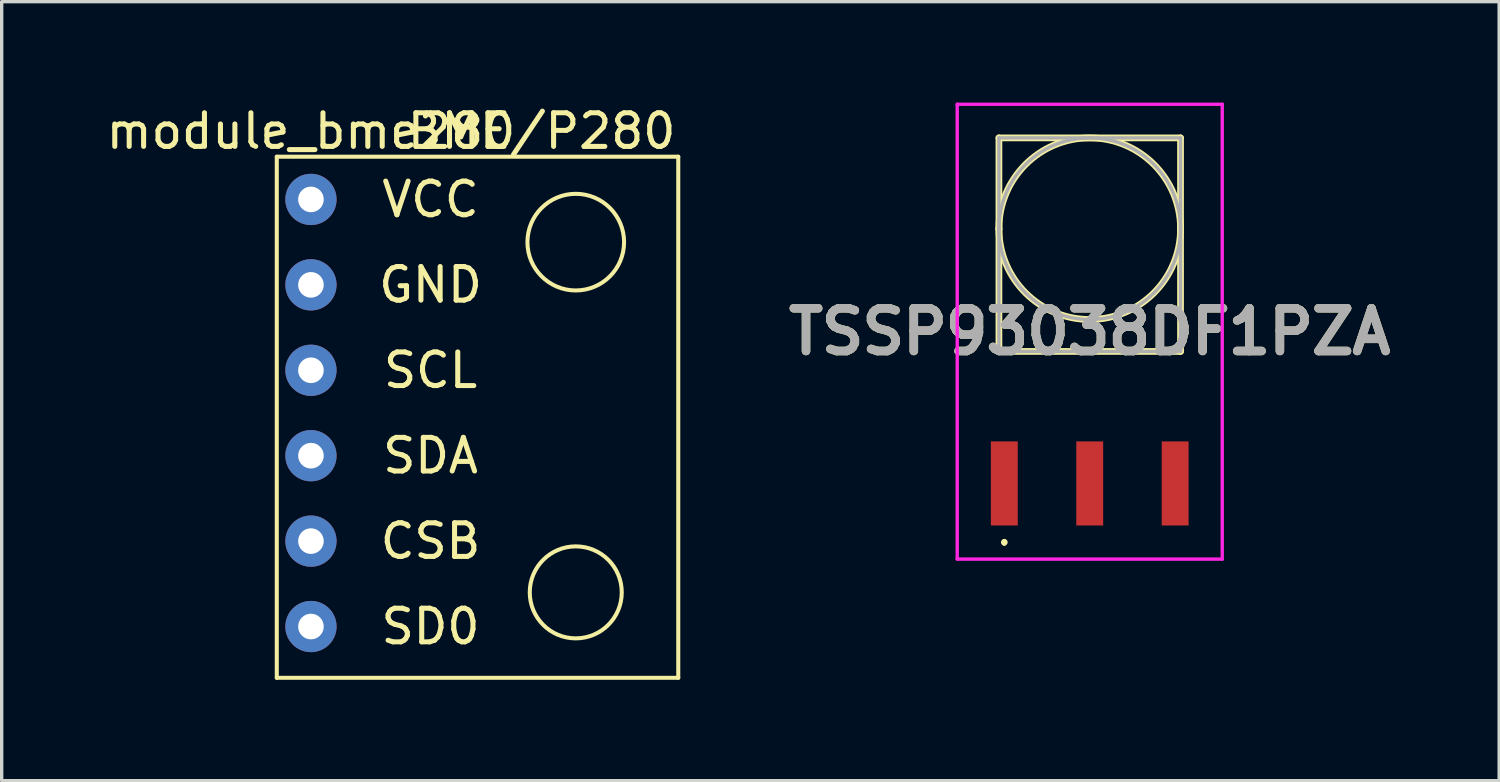
<source format=kicad_pcb>
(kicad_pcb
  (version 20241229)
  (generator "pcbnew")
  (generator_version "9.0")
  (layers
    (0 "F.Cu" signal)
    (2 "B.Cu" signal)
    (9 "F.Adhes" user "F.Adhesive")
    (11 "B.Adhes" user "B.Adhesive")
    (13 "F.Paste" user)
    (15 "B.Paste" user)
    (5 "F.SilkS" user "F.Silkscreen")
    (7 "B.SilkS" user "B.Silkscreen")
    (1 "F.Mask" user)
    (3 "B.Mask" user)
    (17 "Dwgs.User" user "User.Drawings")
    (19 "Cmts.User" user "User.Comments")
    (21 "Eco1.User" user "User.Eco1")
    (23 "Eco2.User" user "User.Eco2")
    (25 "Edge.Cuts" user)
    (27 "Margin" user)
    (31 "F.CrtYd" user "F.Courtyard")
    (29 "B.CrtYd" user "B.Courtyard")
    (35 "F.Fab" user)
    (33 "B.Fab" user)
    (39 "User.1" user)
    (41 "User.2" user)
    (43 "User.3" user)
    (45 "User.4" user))
  (footprint "module_bme280"
    (layer "F.Cu")
    (at 11.276 15.326)
    (property "Reference" "module_bme280" (at -5.08 -14.478 0) (layer "F.SilkS") (effects (font (size 1 1) (thickness 0.15))))
    (attr through_hole)
    (fp_line (start -6.096 -13.716) (end -6.096 1.778) (stroke (width 0.12) (type solid)) (layer "F.SilkS"))
    (fp_line (start -6.096 1.778) (end 5.842 1.778) (stroke (width 0.12) (type solid)) (layer "F.SilkS"))
    (fp_line (start 5.842 -13.716) (end -6.096 -13.716) (stroke (width 0.12) (type solid)) (layer "F.SilkS"))
    (fp_line (start 5.842 1.778) (end 5.842 -13.716) (stroke (width 0.12) (type solid)) (layer "F.SilkS"))
    (fp_circle (center 2.794 -11.176) (end 3.81 -10.16) (stroke (width 0.12) (type solid)) (fill no) (layer "F.SilkS"))
    (fp_circle (center 2.794 -0.762) (end 3.302 0.508) (stroke (width 0.12) (type solid)) (fill no) (layer "F.SilkS"))
    (fp_text user "SDA" (at -1.524 -4.826 0) (layer "F.SilkS") (effects (font (size 1 1) (thickness 0.15))))
    (fp_text user "GND" (at -1.524 -9.906 0) (layer "F.SilkS") (effects (font (size 1 1) (thickness 0.15))))
    (fp_text user "SD0" (at -1.524 0.254 0) (layer "F.SilkS") (effects (font (size 1 1) (thickness 0.15))))
    (fp_text user "BME/P280" (at 1.778 -14.478 0) (layer "F.SilkS") (effects (font (size 1 1) (thickness 0.15))))
    (fp_text user "SCL" (at -1.524 -7.366 0) (layer "F.SilkS") (effects (font (size 1 1) (thickness 0.15))))
    (fp_text user "VCC" (at -1.524 -12.446 0) (layer "F.SilkS") (effects (font (size 1 1) (thickness 0.15))))
    (fp_text user "CSB" (at -1.524 -2.286 0) (layer "F.SilkS") (effects (font (size 1 1) (thickness 0.15))))
    (pad "1" thru_hole circle (at -5.08 -12.446) (size 1.524 1.524) (drill 0.762) (layers "*.Cu" "*.Mask"))
    (pad "2" thru_hole circle (at -5.08 -9.906) (size 1.524 1.524) (drill 0.762) (layers "*.Cu" "*.Mask"))
    (pad "3" thru_hole circle (at -5.08 -7.366) (size 1.524 1.524) (drill 0.762) (layers "*.Cu" "*.Mask"))
    (pad "4" thru_hole circle (at -5.08 -4.826) (size 1.524 1.524) (drill 0.762) (layers "*.Cu" "*.Mask"))
    (pad "5" thru_hole circle (at -5.08 -2.286) (size 1.524 1.524) (drill 0.762) (layers "*.Cu" "*.Mask"))
    (pad "6" thru_hole circle (at -5.08 0.254) (size 1.524 1.524) (drill 0.762) (layers "*.Cu" "*.Mask")))
  (footprint "TSSP93038DF1PZA"
    (layer "F.Cu")
    (at 29.353 4.225)
    (property "Reference" "TSSP93038DF1PZA" (at 0 2.587 0) (layer "F.SilkS") (effects (font (size 1.27 1.27) (thickness 0.254))))
    (attr smd)
    (fp_line (start -2.7 -3.175) (end 2.7 -3.175) (stroke (width 0.2) (type solid)) (layer "F.SilkS"))
    (fp_line (start -2.7 -0.475) (end -2.7 -0.475) (stroke (width 0.2) (type solid)) (layer "F.SilkS"))
    (fp_line (start -2.7 3.175) (end -2.7 -3.175) (stroke (width 0.2) (type solid)) (layer "F.SilkS"))
    (fp_line (start -2.54 8.8) (end -2.54 8.8) (stroke (width 0.1) (type solid)) (layer "F.SilkS"))
    (fp_line (start -2.54 8.9) (end -2.54 8.9) (stroke (width 0.1) (type solid)) (layer "F.SilkS"))
    (fp_line (start 2.7 -3.175) (end 2.7 3.175) (stroke (width 0.2) (type solid)) (layer "F.SilkS"))
    (fp_line (start 2.7 -0.475) (end 2.7 -0.475) (stroke (width 0.2) (type solid)) (layer "F.SilkS"))
    (fp_line (start 2.7 3.175) (end -2.7 3.175) (stroke (width 0.2) (type solid)) (layer "F.SilkS"))
    (fp_arc (start -2.7 -0.475) (mid 0 -3.175) (end 2.7 -0.475) (stroke (width 0.2) (type solid)) (layer "F.SilkS"))
    (fp_arc (start -2.54 8.8) (mid -2.49 8.85) (end -2.54 8.9) (stroke (width 0.1) (type solid)) (layer "F.SilkS"))
    (fp_arc (start -2.54 8.9) (mid -2.59 8.85) (end -2.54 8.8) (stroke (width 0.1) (type solid)) (layer "F.SilkS"))
    (fp_arc (start 2.7 -0.475) (mid 0 2.225) (end -2.7 -0.475) (stroke (width 0.2) (type solid)) (layer "F.SilkS"))
    (fp_line (start -3.94 -4.175) (end 3.94 -4.175) (stroke (width 0.1) (type solid)) (layer "F.CrtYd"))
    (fp_line (start -3.94 9.35) (end -3.94 -4.175) (stroke (width 0.1) (type solid)) (layer "F.CrtYd"))
    (fp_line (start 3.94 -4.175) (end 3.94 9.35) (stroke (width 0.1) (type solid)) (layer "F.CrtYd"))
    (fp_line (start 3.94 9.35) (end -3.94 9.35) (stroke (width 0.1) (type solid)) (layer "F.CrtYd"))
    (fp_line (start -2.7 -3.175) (end 2.7 -3.175) (stroke (width 0.1) (type solid)) (layer "F.Fab"))
    (fp_line (start -2.7 -0.475) (end -2.7 -0.475) (stroke (width 0.1) (type solid)) (layer "F.Fab"))
    (fp_line (start -2.7 3.175) (end -2.7 -3.175) (stroke (width 0.1) (type solid)) (layer "F.Fab"))
    (fp_line (start 2.7 -3.175) (end 2.7 3.175) (stroke (width 0.1) (type solid)) (layer "F.Fab"))
    (fp_line (start 2.7 -0.475) (end 2.7 -0.475) (stroke (width 0.1) (type solid)) (layer "F.Fab"))
    (fp_line (start 2.7 3.175) (end -2.7 3.175) (stroke (width 0.1) (type solid)) (layer "F.Fab"))
    (fp_arc (start -2.7 -0.475) (mid 0 -3.175) (end 2.7 -0.475) (stroke (width 0.1) (type solid)) (layer "F.Fab"))
    (fp_arc (start 2.7 -0.475) (mid 0 2.225) (end -2.7 -0.475) (stroke (width 0.1) (type solid)) (layer "F.Fab"))
    (fp_text user "${REFERENCE}" (at 0 2.587 0) (layer "F.Fab") (effects (font (size 1.27 1.27) (thickness 0.254))))
    (pad "1" smd rect (at -2.54 7.1) (size 0.8 2.5) (layers "F.Cu" "F.Mask" "F.Paste"))
    (pad "2" smd rect (at 0 7.1) (size 0.8 2.5) (layers "F.Cu" "F.Mask" "F.Paste"))
    (pad "3" smd rect (at 2.54 7.1) (size 0.8 2.5) (layers "F.Cu" "F.Mask" "F.Paste")))
  (gr_rect
    (start -3 -3)
    (end 41.527 20.164)
    (stroke (width 0.1) (type default))
    (fill no)
    (layer "Edge.Cuts")))
</source>
